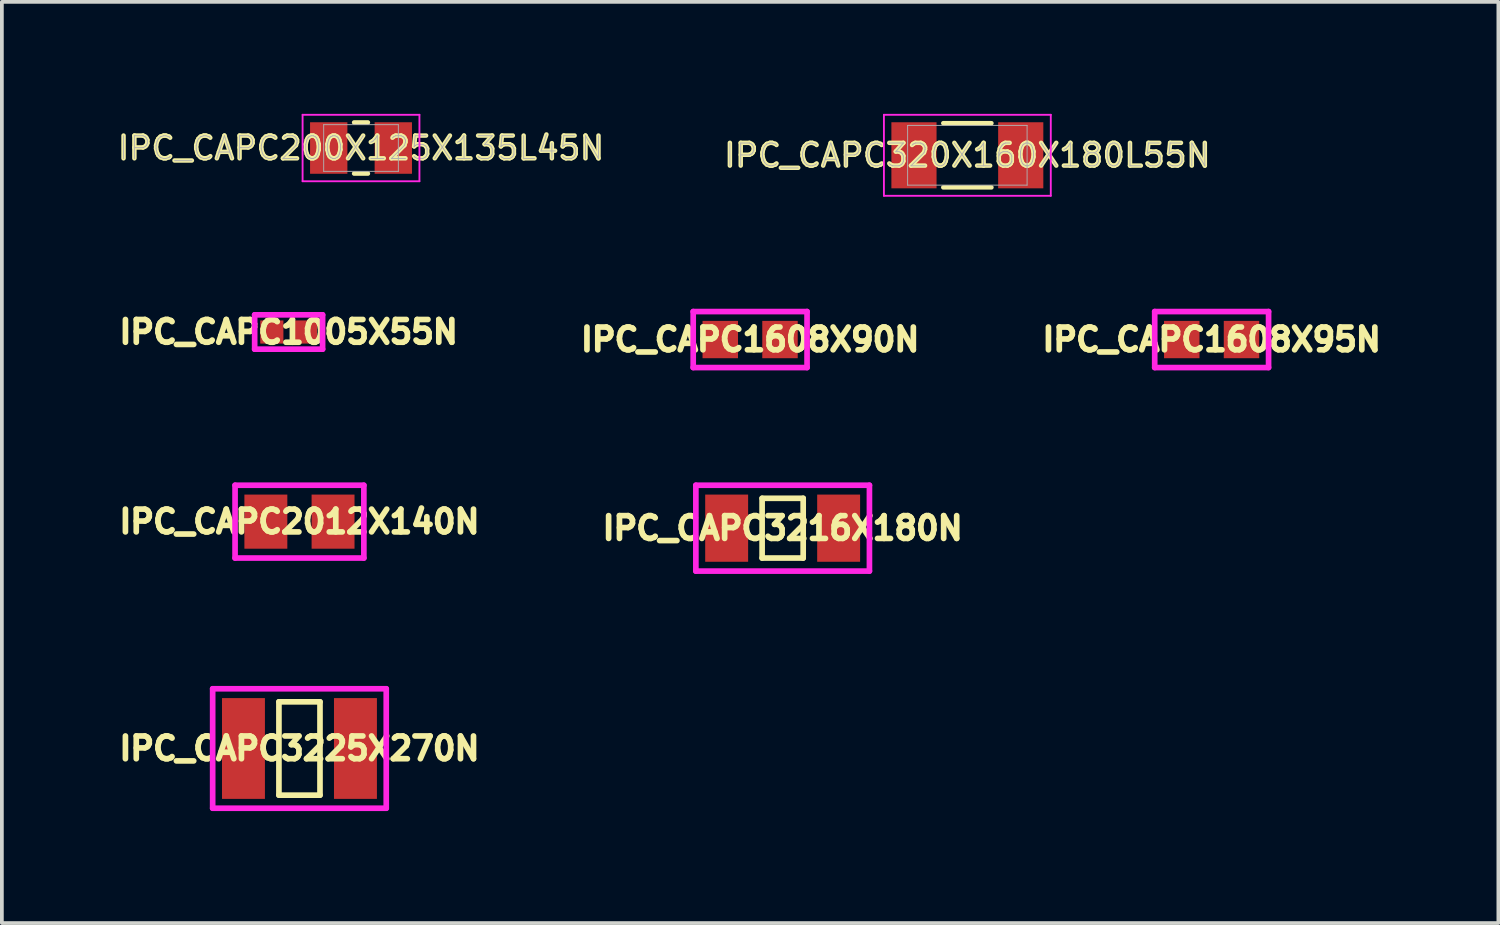
<source format=kicad_pcb>
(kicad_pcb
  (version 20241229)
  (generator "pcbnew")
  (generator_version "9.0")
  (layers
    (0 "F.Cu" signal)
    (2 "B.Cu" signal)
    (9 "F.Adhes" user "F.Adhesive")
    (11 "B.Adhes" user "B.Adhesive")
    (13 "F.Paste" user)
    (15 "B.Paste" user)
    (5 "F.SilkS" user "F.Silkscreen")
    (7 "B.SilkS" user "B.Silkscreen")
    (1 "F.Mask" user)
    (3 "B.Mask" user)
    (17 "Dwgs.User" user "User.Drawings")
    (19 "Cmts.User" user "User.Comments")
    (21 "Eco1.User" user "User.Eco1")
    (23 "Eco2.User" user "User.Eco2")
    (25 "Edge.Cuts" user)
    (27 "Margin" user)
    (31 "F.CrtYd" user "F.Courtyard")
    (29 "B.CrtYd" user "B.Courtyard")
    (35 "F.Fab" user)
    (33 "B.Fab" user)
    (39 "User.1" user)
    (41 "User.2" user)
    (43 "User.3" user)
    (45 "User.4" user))
  (footprint "IPC_CAPC200X125X135L45N"
    (layer "F.Cu")
    (at 6.621 0.915)
    (property "Reference" "IPC_CAPC200X125X135L45N" (at 0 0 0) (layer "F.SilkS") (effects (font (size 0.61 0.61) (thickness 0.12))))
    (attr smd)
    (fp_line (start -0.185 0.685) (end 0.185 0.685) (stroke (width 0.12) (type solid)) (layer "F.SilkS"))
    (fp_line (start 0.185 -0.685) (end -0.185 -0.685) (stroke (width 0.12) (type solid)) (layer "F.SilkS"))
    (fp_line (start -1.565 -0.89) (end 1.565 -0.89) (stroke (width 0.05) (type solid)) (layer "F.CrtYd"))
    (fp_line (start -1.565 0.89) (end -1.565 -0.89) (stroke (width 0.05) (type solid)) (layer "F.CrtYd"))
    (fp_line (start 1.565 -0.89) (end 1.565 0.89) (stroke (width 0.05) (type solid)) (layer "F.CrtYd"))
    (fp_line (start 1.565 0.89) (end -1.565 0.89) (stroke (width 0.05) (type solid)) (layer "F.CrtYd"))
    (fp_line (start -1 -0.625) (end 1 -0.625) (stroke (width 0.025) (type solid)) (layer "F.Fab"))
    (fp_line (start -1 0.625) (end -1 -0.625) (stroke (width 0.025) (type solid)) (layer "F.Fab"))
    (fp_line (start 1 -0.625) (end 1 0.625) (stroke (width 0.025) (type solid)) (layer "F.Fab"))
    (fp_line (start 1 0.625) (end -1 0.625) (stroke (width 0.025) (type solid)) (layer "F.Fab"))
    (fp_text user "${REFERENCE}" (at 0 0 0) (layer "F.Fab") (effects (font (size 0.61 0.61) (thickness 0.025))))
    (pad "1" smd rect (at -0.865 0) (size 1 1.38) (layers "F.Cu" "F.Mask" "F.Paste"))
    (pad "2" smd rect (at 0.865 0) (size 1 1.38) (layers "F.Cu" "F.Mask" "F.Paste")))
  (footprint "IPC_CAPC3216X180N"
    (layer "F.Cu")
    (at 17.916 11.099)
    (property "Reference" "IPC_CAPC3216X180N" (at 0 0 0) (layer "F.SilkS") (effects (font (size 0.61 0.61) (thickness 0.152))))
    (attr through_hole)
    (fp_line (start -0.55 -0.8) (end 0.55 -0.8) (stroke (width 0.152) (type solid)) (layer "F.SilkS"))
    (fp_line (start -0.55 0.8) (end -0.55 -0.8) (stroke (width 0.152) (type solid)) (layer "F.SilkS"))
    (fp_line (start 0.55 -0.8) (end 0.55 0.8) (stroke (width 0.152) (type solid)) (layer "F.SilkS"))
    (fp_line (start 0.55 0.8) (end -0.55 0.8) (stroke (width 0.152) (type solid)) (layer "F.SilkS"))
    (fp_line (start -2.325 -1.15) (end 2.325 -1.15) (stroke (width 0.152) (type solid)) (layer "F.CrtYd"))
    (fp_line (start -2.325 1.15) (end -2.325 -1.15) (stroke (width 0.152) (type solid)) (layer "F.CrtYd"))
    (fp_line (start 2.325 -1.15) (end 2.325 1.15) (stroke (width 0.152) (type solid)) (layer "F.CrtYd"))
    (fp_line (start 2.325 1.15) (end -2.325 1.15) (stroke (width 0.152) (type solid)) (layer "F.CrtYd"))
    (pad "1" smd rect (at -1.5 0) (size 1.15 1.8) (layers "F.Cu" "F.Mask" "F.Paste"))
    (pad "2" smd rect (at 1.5 0) (size 1.15 1.8) (layers "F.Cu" "F.Mask" "F.Paste")))
  (footprint "IPC_CAPC1608X95N"
    (layer "F.Cu")
    (at 29.408 6.046)
    (property "Reference" "IPC_CAPC1608X95N" (at 0 0 0) (layer "F.SilkS") (effects (font (size 0.61 0.61) (thickness 0.152))))
    (attr through_hole)
    (fp_line (start -1.525 -0.75) (end 1.525 -0.75) (stroke (width 0.152) (type solid)) (layer "F.CrtYd"))
    (fp_line (start -1.525 0.75) (end -1.525 -0.75) (stroke (width 0.152) (type solid)) (layer "F.CrtYd"))
    (fp_line (start 1.525 -0.75) (end 1.525 0.75) (stroke (width 0.152) (type solid)) (layer "F.CrtYd"))
    (fp_line (start 1.525 0.75) (end -1.525 0.75) (stroke (width 0.152) (type solid)) (layer "F.CrtYd"))
    (pad "1" smd rect (at -0.8 0) (size 0.95 1) (layers "F.Cu" "F.Mask" "F.Paste"))
    (pad "2" smd rect (at 0.8 0) (size 0.95 1) (layers "F.Cu" "F.Mask" "F.Paste")))
  (footprint "IPC_CAPC2012X140N"
    (layer "F.Cu")
    (at 4.972 10.924)
    (property "Reference" "IPC_CAPC2012X140N" (at 0 0 0) (layer "F.SilkS") (effects (font (size 0.61 0.61) (thickness 0.152))))
    (attr through_hole)
    (fp_line (start -1.725 -0.975) (end 1.725 -0.975) (stroke (width 0.152) (type solid)) (layer "F.CrtYd"))
    (fp_line (start -1.725 0.975) (end -1.725 -0.975) (stroke (width 0.152) (type solid)) (layer "F.CrtYd"))
    (fp_line (start 1.725 -0.975) (end 1.725 0.975) (stroke (width 0.152) (type solid)) (layer "F.CrtYd"))
    (fp_line (start 1.725 0.975) (end -1.725 0.975) (stroke (width 0.152) (type solid)) (layer "F.CrtYd"))
    (pad "1" smd rect (at -0.9 0) (size 1.15 1.45) (layers "F.Cu" "F.Mask" "F.Paste"))
    (pad "2" smd rect (at 0.9 0) (size 1.15 1.45) (layers "F.Cu" "F.Mask" "F.Paste")))
  (footprint "IPC_CAPC3225X270N"
    (layer "F.Cu")
    (at 4.972 17.001)
    (property "Reference" "IPC_CAPC3225X270N" (at 0 0 0) (layer "F.SilkS") (effects (font (size 0.61 0.61) (thickness 0.152))))
    (attr through_hole)
    (fp_line (start -0.55 -1.25) (end 0.55 -1.25) (stroke (width 0.152) (type solid)) (layer "F.SilkS"))
    (fp_line (start -0.55 1.25) (end -0.55 -1.25) (stroke (width 0.152) (type solid)) (layer "F.SilkS"))
    (fp_line (start 0.55 -1.25) (end 0.55 1.25) (stroke (width 0.152) (type solid)) (layer "F.SilkS"))
    (fp_line (start 0.55 1.25) (end -0.55 1.25) (stroke (width 0.152) (type solid)) (layer "F.SilkS"))
    (fp_line (start -2.325 -1.6) (end 2.325 -1.6) (stroke (width 0.152) (type solid)) (layer "F.CrtYd"))
    (fp_line (start -2.325 1.6) (end -2.325 -1.6) (stroke (width 0.152) (type solid)) (layer "F.CrtYd"))
    (fp_line (start 2.325 -1.6) (end 2.325 1.6) (stroke (width 0.152) (type solid)) (layer "F.CrtYd"))
    (fp_line (start 2.325 1.6) (end -2.325 1.6) (stroke (width 0.152) (type solid)) (layer "F.CrtYd"))
    (pad "1" smd rect (at -1.5 0) (size 1.15 2.7) (layers "F.Cu" "F.Mask" "F.Paste"))
    (pad "2" smd rect (at 1.5 0) (size 1.15 2.7) (layers "F.Cu" "F.Mask" "F.Paste")))
  (footprint "IPC_CAPC320X160X180L55N"
    (layer "F.Cu")
    (at 22.864 1.11)
    (property "Reference" "IPC_CAPC320X160X180L55N" (at 0 0 0) (layer "F.SilkS") (effects (font (size 0.61 0.61) (thickness 0.12))))
    (attr smd)
    (fp_line (start -0.645 0.86) (end 0.645 0.86) (stroke (width 0.12) (type solid)) (layer "F.SilkS"))
    (fp_line (start 0.645 -0.86) (end -0.645 -0.86) (stroke (width 0.12) (type solid)) (layer "F.SilkS"))
    (fp_line (start -2.235 -1.085) (end 2.235 -1.085) (stroke (width 0.05) (type solid)) (layer "F.CrtYd"))
    (fp_line (start -2.235 1.085) (end -2.235 -1.085) (stroke (width 0.05) (type solid)) (layer "F.CrtYd"))
    (fp_line (start 2.235 -1.085) (end 2.235 1.085) (stroke (width 0.05) (type solid)) (layer "F.CrtYd"))
    (fp_line (start 2.235 1.085) (end -2.235 1.085) (stroke (width 0.05) (type solid)) (layer "F.CrtYd"))
    (fp_line (start -1.6 -0.8) (end 1.6 -0.8) (stroke (width 0.025) (type solid)) (layer "F.Fab"))
    (fp_line (start -1.6 0.8) (end -1.6 -0.8) (stroke (width 0.025) (type solid)) (layer "F.Fab"))
    (fp_line (start 1.6 -0.8) (end 1.6 0.8) (stroke (width 0.025) (type solid)) (layer "F.Fab"))
    (fp_line (start 1.6 0.8) (end -1.6 0.8) (stroke (width 0.025) (type solid)) (layer "F.Fab"))
    (fp_text user "${REFERENCE}" (at 0 0 0) (layer "F.Fab") (effects (font (size 0.61 0.61) (thickness 0.025))))
    (pad "1" smd rect (at -1.43 0) (size 1.21 1.77) (layers "F.Cu" "F.Mask" "F.Paste"))
    (pad "2" smd rect (at 1.43 0) (size 1.21 1.77) (layers "F.Cu" "F.Mask" "F.Paste")))
  (footprint "IPC_CAPC1005X55N"
    (layer "F.Cu")
    (at 4.682 5.844)
    (property "Reference" "IPC_CAPC1005X55N" (at 0 0 0) (layer "F.SilkS") (effects (font (size 0.61 0.61) (thickness 0.152))))
    (attr through_hole)
    (fp_line (start -0.91 -0.46) (end 0.91 -0.46) (stroke (width 0.152) (type solid)) (layer "F.CrtYd"))
    (fp_line (start -0.91 0.46) (end -0.91 -0.46) (stroke (width 0.152) (type solid)) (layer "F.CrtYd"))
    (fp_line (start 0.91 -0.46) (end 0.91 0.46) (stroke (width 0.152) (type solid)) (layer "F.CrtYd"))
    (fp_line (start 0.91 0.46) (end -0.91 0.46) (stroke (width 0.152) (type solid)) (layer "F.CrtYd"))
    (pad "1" smd rect (at -0.45 0) (size 0.62 0.62) (layers "F.Cu" "F.Mask" "F.Paste"))
    (pad "2" smd rect (at 0.45 0) (size 0.62 0.62) (layers "F.Cu" "F.Mask" "F.Paste")))
  (footprint "IPC_CAPC1608X90N"
    (layer "F.Cu")
    (at 17.045 6.046)
    (property "Reference" "IPC_CAPC1608X90N" (at 0 0 0) (layer "F.SilkS") (effects (font (size 0.61 0.61) (thickness 0.152))))
    (attr through_hole)
    (fp_line (start -1.525 -0.75) (end 1.525 -0.75) (stroke (width 0.152) (type solid)) (layer "F.CrtYd"))
    (fp_line (start -1.525 0.75) (end -1.525 -0.75) (stroke (width 0.152) (type solid)) (layer "F.CrtYd"))
    (fp_line (start 1.525 -0.75) (end 1.525 0.75) (stroke (width 0.152) (type solid)) (layer "F.CrtYd"))
    (fp_line (start 1.525 0.75) (end -1.525 0.75) (stroke (width 0.152) (type solid)) (layer "F.CrtYd"))
    (pad "1" smd rect (at -0.8 0) (size 0.95 1) (layers "F.Cu" "F.Mask" "F.Paste"))
    (pad "2" smd rect (at 0.8 0) (size 0.95 1) (layers "F.Cu" "F.Mask" "F.Paste")))
  (gr_rect
    (start -3 -3)
    (end 37.089 21.677)
    (stroke (width 0.1) (type default))
    (fill no)
    (layer "Edge.Cuts")))
</source>
